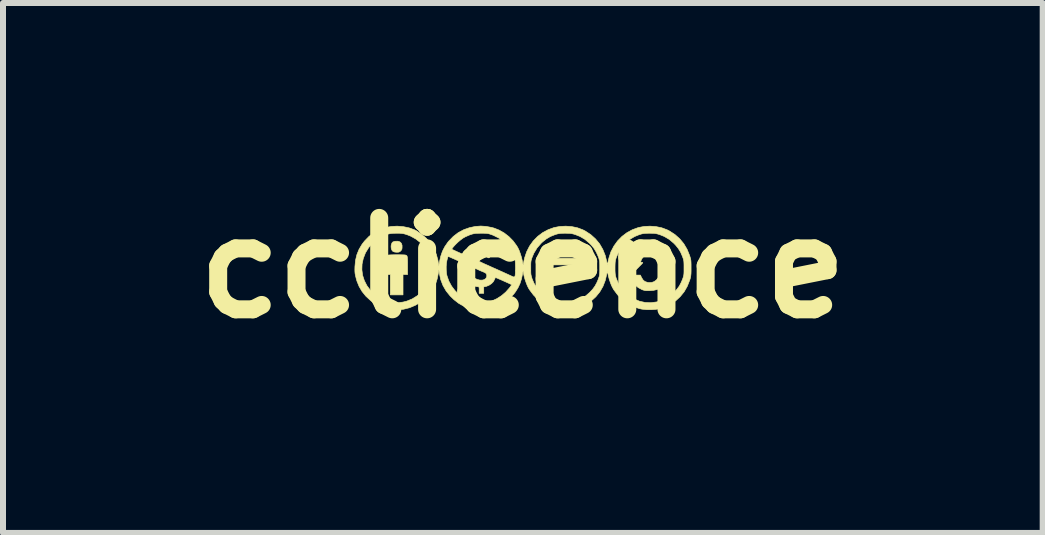
<source format=kicad_pcb>
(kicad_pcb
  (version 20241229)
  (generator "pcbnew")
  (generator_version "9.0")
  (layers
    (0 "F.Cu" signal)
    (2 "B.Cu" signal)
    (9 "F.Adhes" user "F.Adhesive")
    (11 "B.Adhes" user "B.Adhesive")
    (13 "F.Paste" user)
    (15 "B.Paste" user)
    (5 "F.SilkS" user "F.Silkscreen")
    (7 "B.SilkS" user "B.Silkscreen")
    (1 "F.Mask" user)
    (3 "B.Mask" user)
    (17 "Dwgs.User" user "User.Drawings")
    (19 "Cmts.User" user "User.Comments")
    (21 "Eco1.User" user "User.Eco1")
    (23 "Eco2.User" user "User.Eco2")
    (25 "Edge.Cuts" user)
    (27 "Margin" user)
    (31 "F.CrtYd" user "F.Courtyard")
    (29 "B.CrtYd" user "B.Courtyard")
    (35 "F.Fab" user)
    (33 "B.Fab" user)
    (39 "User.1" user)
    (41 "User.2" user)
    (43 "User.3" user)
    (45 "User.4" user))
  (footprint "cclicence"
    (layer "F.Cu")
    (at 5.668 1.418)
    (property "Reference" "cclicence" (at 0 0 0) (layer "F.SilkS") (effects (font (size 1.524 1.524) (thickness 0.3))))
    (attr through_hole)
    (fp_poly (pts (xy 0.965 -0.051) (xy 0.466 -0.051) (xy 0.466 -0.161) (xy 0.965 -0.161) (xy 0.965 -0.051)) (stroke (width 0.01) (type solid)) (fill yes) (layer "F.SilkS"))
    (fp_poly (pts (xy 0.715 0.066) (xy 0.965 0.068) (xy 0.965 0.178) (xy 0.466 0.178) (xy 0.466 0.121) (xy 0.466 0.064) (xy 0.715 0.066)) (stroke (width 0.01) (type solid)) (fill yes) (layer "F.SilkS"))
    (fp_poly (pts (xy -2.05 -0.435) (xy -2.026 -0.412) (xy -2.014 -0.378) (xy -2.014 -0.368) (xy -2.014 -0.335) (xy -2.017 -0.313) (xy -2.026 -0.297) (xy -2.036 -0.285) (xy -2.052 -0.271) (xy -2.07 -0.264) (xy -2.097 -0.262) (xy -2.102 -0.262) (xy -2.135 -0.265) (xy -2.16 -0.273) (xy -2.165 -0.275) (xy -2.184 -0.297) (xy -2.195 -0.33) (xy -2.197 -0.366) (xy -2.193 -0.388) (xy -2.183 -0.416) (xy -2.168 -0.433) (xy -2.144 -0.442) (xy -2.128 -0.445) (xy -2.084 -0.446) (xy -2.05 -0.435)) (stroke (width 0.01) (type solid)) (fill yes) (layer "F.SilkS"))
    (fp_poly (pts (xy -2.047 -0.22) (xy -2.006 -0.219) (xy -1.978 -0.218) (xy -1.959 -0.216) (xy -1.947 -0.212) (xy -1.939 -0.208) (xy -1.936 -0.205) (xy -1.931 -0.197) (xy -1.927 -0.184) (xy -1.925 -0.165) (xy -1.923 -0.137) (xy -1.922 -0.096) (xy -1.922 -0.042) (xy -1.922 0.11) (xy -1.998 0.11) (xy -1.998 0.449) (xy -2.21 0.449) (xy -2.21 0.11) (xy -2.286 0.11) (xy -2.286 -0.046) (xy -2.286 -0.102) (xy -2.285 -0.142) (xy -2.284 -0.171) (xy -2.282 -0.19) (xy -2.279 -0.201) (xy -2.275 -0.208) (xy -2.27 -0.211) (xy -2.255 -0.214) (xy -2.227 -0.217) (xy -2.186 -0.219) (xy -2.137 -0.22) (xy -2.102 -0.22) (xy -2.047 -0.22)) (stroke (width 0.01) (type solid)) (fill yes) (layer "F.SilkS"))
    (fp_poly (pts (xy 2.152 -0.36) (xy 2.212 -0.351) (xy 2.249 -0.34) (xy 2.31 -0.308) (xy 2.361 -0.265) (xy 2.402 -0.212) (xy 2.433 -0.151) (xy 2.454 -0.085) (xy 2.463 -0.016) (xy 2.462 0.055) (xy 2.449 0.124) (xy 2.424 0.189) (xy 2.387 0.249) (xy 2.338 0.301) (xy 2.289 0.337) (xy 2.237 0.36) (xy 2.176 0.374) (xy 2.121 0.378) (xy 2.079 0.379) (xy 2.05 0.378) (xy 2.026 0.374) (xy 2.003 0.367) (xy 1.987 0.361) (xy 1.926 0.329) (xy 1.878 0.29) (xy 1.843 0.243) (xy 1.82 0.192) (xy 1.809 0.159) (xy 1.804 0.138) (xy 1.809 0.126) (xy 1.824 0.12) (xy 1.853 0.119) (xy 1.882 0.119) (xy 1.96 0.119) (xy 1.981 0.163) (xy 2.005 0.2) (xy 2.034 0.225) (xy 2.074 0.239) (xy 2.098 0.243) (xy 2.148 0.242) (xy 2.191 0.227) (xy 2.23 0.197) (xy 2.258 0.159) (xy 2.278 0.112) (xy 2.29 0.058) (xy 2.293 0.002) (xy 2.29 -0.055) (xy 2.278 -0.107) (xy 2.259 -0.154) (xy 2.233 -0.19) (xy 2.21 -0.207) (xy 2.177 -0.219) (xy 2.135 -0.224) (xy 2.091 -0.223) (xy 2.053 -0.214) (xy 2.04 -0.209) (xy 2.011 -0.187) (xy 1.985 -0.154) (xy 1.969 -0.118) (xy 1.968 -0.115) (xy 1.966 -0.099) (xy 1.974 -0.094) (xy 1.986 -0.093) (xy 1.996 -0.092) (xy 2 -0.089) (xy 1.996 -0.081) (xy 1.983 -0.066) (xy 1.959 -0.042) (xy 1.947 -0.03) (xy 1.884 0.034) (xy 1.822 -0.028) (xy 1.795 -0.055) (xy 1.778 -0.073) (xy 1.771 -0.084) (xy 1.772 -0.089) (xy 1.78 -0.091) (xy 1.78 -0.091) (xy 1.791 -0.095) (xy 1.8 -0.105) (xy 1.809 -0.125) (xy 1.819 -0.156) (xy 1.844 -0.217) (xy 1.883 -0.27) (xy 1.931 -0.313) (xy 1.979 -0.34) (xy 2.03 -0.354) (xy 2.089 -0.361) (xy 2.152 -0.36)) (stroke (width 0.01) (type solid)) (fill yes) (layer "F.SilkS"))
    (fp_poly (pts (xy -0.612 -0.693) (xy -0.518 -0.675) (xy -0.484 -0.666) (xy -0.397 -0.632) (xy -0.312 -0.584) (xy -0.233 -0.523) (xy -0.163 -0.452) (xy -0.104 -0.372) (xy -0.083 -0.337) (xy -0.062 -0.293) (xy -0.042 -0.238) (xy -0.023 -0.178) (xy -0.009 -0.119) (xy -0.004 -0.095) (xy 0.001 -0.068) (xy 0.005 -0.053) (xy 0.007 -0.052) (xy 0.008 -0.056) (xy 0.01 -0.075) (xy 0.016 -0.106) (xy 0.024 -0.143) (xy 0.03 -0.17) (xy 0.064 -0.271) (xy 0.112 -0.365) (xy 0.173 -0.45) (xy 0.246 -0.525) (xy 0.329 -0.588) (xy 0.422 -0.638) (xy 0.521 -0.674) (xy 0.616 -0.692) (xy 0.715 -0.697) (xy 0.814 -0.69) (xy 0.91 -0.67) (xy 0.999 -0.637) (xy 1.037 -0.618) (xy 1.131 -0.557) (xy 1.211 -0.485) (xy 1.279 -0.403) (xy 1.333 -0.31) (xy 1.374 -0.208) (xy 1.401 -0.096) (xy 1.401 -0.096) (xy 1.406 -0.069) (xy 1.41 -0.054) (xy 1.412 -0.052) (xy 1.413 -0.056) (xy 1.415 -0.075) (xy 1.421 -0.106) (xy 1.429 -0.143) (xy 1.436 -0.17) (xy 1.469 -0.271) (xy 1.518 -0.365) (xy 1.579 -0.45) (xy 1.652 -0.525) (xy 1.735 -0.588) (xy 1.827 -0.638) (xy 1.926 -0.674) (xy 2.021 -0.692) (xy 2.12 -0.697) (xy 2.219 -0.69) (xy 2.315 -0.67) (xy 2.404 -0.637) (xy 2.442 -0.618) (xy 2.535 -0.558) (xy 2.615 -0.487) (xy 2.683 -0.405) (xy 2.738 -0.312) (xy 2.781 -0.207) (xy 2.782 -0.203) (xy 2.791 -0.174) (xy 2.798 -0.149) (xy 2.802 -0.124) (xy 2.804 -0.095) (xy 2.805 -0.057) (xy 2.805 -0.007) (xy 2.805 0) (xy 2.805 0.052) (xy 2.804 0.092) (xy 2.801 0.123) (xy 2.797 0.15) (xy 2.791 0.176) (xy 2.783 0.201) (xy 2.742 0.305) (xy 2.689 0.398) (xy 2.622 0.48) (xy 2.555 0.542) (xy 2.5 0.58) (xy 2.435 0.617) (xy 2.365 0.649) (xy 2.298 0.674) (xy 2.282 0.678) (xy 2.214 0.691) (xy 2.138 0.696) (xy 2.06 0.695) (xy 1.986 0.687) (xy 1.943 0.678) (xy 1.841 0.643) (xy 1.746 0.592) (xy 1.659 0.528) (xy 1.582 0.451) (xy 1.516 0.363) (xy 1.498 0.332) (xy 1.478 0.292) (xy 1.459 0.243) (xy 1.441 0.19) (xy 1.427 0.137) (xy 1.417 0.09) (xy 1.413 0.059) (xy 1.412 0.05) (xy 1.409 0.056) (xy 1.404 0.079) (xy 1.401 0.093) (xy 1.375 0.206) (xy 1.336 0.307) (xy 1.283 0.399) (xy 1.217 0.48) (xy 1.149 0.542) (xy 1.094 0.58) (xy 1.029 0.617) (xy 0.96 0.649) (xy 0.893 0.674) (xy 0.876 0.678) (xy 0.809 0.691) (xy 0.733 0.696) (xy 0.654 0.695) (xy 0.58 0.687) (xy 0.538 0.678) (xy 0.436 0.643) (xy 0.341 0.592) (xy 0.254 0.528) (xy 0.177 0.451) (xy 0.111 0.363) (xy 0.092 0.332) (xy 0.073 0.292) (xy 0.054 0.243) (xy 0.036 0.19) (xy 0.021 0.137) (xy 0.011 0.09) (xy 0.008 0.059) (xy 0.006 0.05) (xy 0.003 0.056) (xy -0.002 0.079) (xy -0.004 0.093) (xy -0.023 0.183) (xy -0.048 0.261) (xy -0.081 0.331) (xy -0.123 0.398) (xy -0.15 0.434) (xy -0.222 0.511) (xy -0.303 0.575) (xy -0.392 0.626) (xy -0.487 0.664) (xy -0.587 0.688) (xy -0.688 0.697) (xy -0.79 0.692) (xy -0.891 0.672) (xy -0.988 0.635) (xy -0.99 0.635) (xy -1.071 0.589) (xy -1.149 0.528) (xy -1.211 0.468) (xy -1.279 0.384) (xy -1.332 0.292) (xy -1.37 0.193) (xy -1.393 0.085) (xy -1.394 0.076) (xy -1.4 0.03) (xy -1.41 0.093) (xy -1.429 0.185) (xy -1.455 0.266) (xy -1.491 0.34) (xy -1.537 0.411) (xy -1.556 0.434) (xy -1.625 0.508) (xy -1.705 0.572) (xy -1.794 0.623) (xy -1.889 0.663) (xy -1.988 0.688) (xy -2.089 0.699) (xy -2.188 0.695) (xy -2.192 0.694) (xy -2.295 0.672) (xy -2.393 0.635) (xy -2.483 0.585) (xy -2.539 0.543) (xy -2.618 0.47) (xy -2.681 0.392) (xy -2.73 0.309) (xy -2.767 0.218) (xy -2.779 0.175) (xy -2.79 0.131) (xy -2.797 0.097) (xy -2.8 0.065) (xy -2.801 0.03) (xy -2.801 0.03) (xy -2.684 0.03) (xy -2.672 0.122) (xy -2.643 0.211) (xy -2.6 0.295) (xy -2.541 0.374) (xy -2.525 0.39) (xy -2.449 0.46) (xy -2.366 0.514) (xy -2.279 0.552) (xy -2.188 0.574) (xy -2.095 0.58) (xy -1.999 0.569) (xy -1.935 0.553) (xy -1.844 0.516) (xy -1.761 0.464) (xy -1.697 0.409) (xy -1.647 0.355) (xy -1.609 0.303) (xy -1.578 0.246) (xy -1.556 0.195) (xy -1.545 0.164) (xy -1.537 0.139) (xy -1.533 0.115) (xy -1.53 0.087) (xy -1.529 0.051) (xy -1.529 0.008) (xy -1.529 -0.021) (xy -1.278 -0.021) (xy -1.277 0.04) (xy -1.272 0.097) (xy -1.265 0.13) (xy -1.234 0.219) (xy -1.189 0.302) (xy -1.132 0.377) (xy -1.065 0.443) (xy -0.989 0.498) (xy -0.906 0.538) (xy -0.888 0.544) (xy -0.853 0.556) (xy -0.826 0.565) (xy -0.803 0.57) (xy -0.779 0.573) (xy -0.75 0.573) (xy -0.712 0.573) (xy -0.682 0.572) (xy -0.632 0.57) (xy -0.595 0.568) (xy -0.565 0.563) (xy -0.538 0.556) (xy -0.509 0.547) (xy -0.431 0.511) (xy -0.355 0.462) (xy -0.286 0.403) (xy -0.227 0.337) (xy -0.21 0.315) (xy -0.185 0.279) (xy -0.247 0.25) (xy -0.303 0.225) (xy -0.354 0.202) (xy -0.396 0.184) (xy -0.428 0.17) (xy -0.449 0.162) (xy -0.455 0.161) (xy -0.462 0.168) (xy -0.47 0.186) (xy -0.473 0.193) (xy -0.491 0.228) (xy -0.522 0.26) (xy -0.562 0.287) (xy -0.607 0.306) (xy -0.624 0.31) (xy -0.652 0.315) (xy -0.652 0.423) (xy -0.728 0.423) (xy -0.728 0.368) (xy -0.728 0.339) (xy -0.731 0.322) (xy -0.736 0.315) (xy -0.746 0.313) (xy -0.75 0.313) (xy -0.776 0.309) (xy -0.812 0.299) (xy -0.85 0.285) (xy -0.886 0.269) (xy -0.909 0.256) (xy -0.941 0.234) (xy -0.85 0.143) (xy -0.806 0.17) (xy -0.762 0.191) (xy -0.719 0.202) (xy -0.679 0.203) (xy -0.645 0.195) (xy -0.619 0.177) (xy -0.604 0.152) (xy -0.601 0.132) (xy -0.604 0.108) (xy -0.615 0.09) (xy -0.638 0.075) (xy -0.671 0.061) (xy -0.701 0.049) (xy -0.729 0.037) (xy -0.741 0.031) (xy -0.76 0.022) (xy -0.79 0.009) (xy -0.824 -0.006) (xy -0.834 -0.011) (xy -0.886 -0.034) (xy -0.942 -0.059) (xy -1 -0.085) (xy -1.055 -0.109) (xy -1.106 -0.132) (xy -1.15 -0.152) (xy -1.185 -0.167) (xy -1.207 -0.177) (xy -1.208 -0.178) (xy -1.23 -0.186) (xy -1.245 -0.189) (xy -1.248 -0.188) (xy -1.252 -0.177) (xy -1.258 -0.155) (xy -1.265 -0.13) (xy -1.274 -0.08) (xy -1.278 -0.021) (xy -1.529 -0.021) (xy -1.529 -0.04) (xy -1.53 -0.077) (xy -1.533 -0.106) (xy -1.539 -0.133) (xy -1.547 -0.162) (xy -1.553 -0.18) (xy -1.591 -0.27) (xy -1.643 -0.351) (xy -1.707 -0.422) (xy -1.783 -0.482) (xy -1.869 -0.53) (xy -1.924 -0.552) (xy -1.961 -0.564) (xy -1.992 -0.572) (xy -2.023 -0.576) (xy -2.058 -0.579) (xy -2.1 -0.579) (xy -2.158 -0.578) (xy -2.204 -0.574) (xy -2.242 -0.566) (xy -2.248 -0.564) (xy -2.344 -0.527) (xy -2.431 -0.477) (xy -2.507 -0.414) (xy -2.571 -0.339) (xy -2.623 -0.254) (xy -2.625 -0.25) (xy -2.661 -0.157) (xy -2.681 -0.064) (xy -2.684 0.03) (xy -2.801 0.03) (xy -2.8 -0.015) (xy -2.8 -0.021) (xy -2.79 -0.127) (xy -2.767 -0.223) (xy -2.731 -0.311) (xy -2.681 -0.395) (xy -2.641 -0.447) (xy -2.566 -0.525) (xy -2.482 -0.589) (xy -2.388 -0.639) (xy -2.29 -0.674) (xy -2.195 -0.692) (xy -2.095 -0.697) (xy -1.994 -0.689) (xy -1.897 -0.669) (xy -1.807 -0.636) (xy -1.775 -0.62) (xy -1.687 -0.563) (xy -1.608 -0.493) (xy -1.54 -0.413) (xy -1.485 -0.324) (xy -1.443 -0.228) (xy -1.416 -0.128) (xy -1.409 -0.085) (xy -1.403 -0.03) (xy -1.391 -0.097) (xy -1.37 -0.193) (xy -1.341 -0.277) (xy -1.323 -0.313) (xy -1.187 -0.313) (xy -1.112 -0.278) (xy -1.07 -0.259) (xy -1.024 -0.239) (xy -0.983 -0.221) (xy -0.974 -0.217) (xy -0.91 -0.19) (xy -0.894 -0.222) (xy -0.868 -0.258) (xy -0.828 -0.286) (xy -0.777 -0.306) (xy -0.772 -0.307) (xy -0.728 -0.317) (xy -0.728 -0.423) (xy -0.652 -0.423) (xy -0.652 -0.315) (xy -0.619 -0.311) (xy -0.598 -0.306) (xy -0.57 -0.297) (xy -0.54 -0.286) (xy -0.513 -0.274) (xy -0.492 -0.263) (xy -0.483 -0.255) (xy -0.483 -0.255) (xy -0.488 -0.246) (xy -0.503 -0.23) (xy -0.524 -0.209) (xy -0.524 -0.208) (xy -0.566 -0.167) (xy -0.603 -0.185) (xy -0.638 -0.197) (xy -0.676 -0.203) (xy -0.713 -0.202) (xy -0.743 -0.195) (xy -0.751 -0.191) (xy -0.768 -0.171) (xy -0.774 -0.149) (xy -0.767 -0.133) (xy -0.757 -0.125) (xy -0.733 -0.113) (xy -0.7 -0.096) (xy -0.66 -0.077) (xy -0.631 -0.064) (xy -0.574 -0.039) (xy -0.511 -0.01) (xy -0.447 0.018) (xy -0.39 0.044) (xy -0.381 0.048) (xy -0.334 0.069) (xy -0.288 0.09) (xy -0.248 0.108) (xy -0.216 0.123) (xy -0.207 0.127) (xy -0.175 0.142) (xy -0.153 0.15) (xy -0.141 0.149) (xy -0.133 0.141) (xy -0.129 0.129) (xy -0.127 0.112) (xy -0.125 0.082) (xy -0.124 0.043) (xy -0.123 0) (xy 0.132 0) (xy 0.132 0.049) (xy 0.133 0.085) (xy 0.136 0.114) (xy 0.142 0.139) (xy 0.15 0.166) (xy 0.154 0.18) (xy 0.185 0.253) (xy 0.226 0.32) (xy 0.28 0.385) (xy 0.295 0.401) (xy 0.371 0.467) (xy 0.453 0.519) (xy 0.541 0.555) (xy 0.633 0.575) (xy 0.727 0.579) (xy 0.823 0.567) (xy 0.876 0.553) (xy 0.967 0.516) (xy 1.05 0.464) (xy 1.114 0.409) (xy 1.164 0.355) (xy 1.202 0.303) (xy 1.233 0.246) (xy 1.255 0.195) (xy 1.265 0.165) (xy 1.273 0.142) (xy 1.278 0.119) (xy 1.28 0.092) (xy 1.282 0.059) (xy 1.282 0.013) (xy 1.282 0) (xy 1.537 0) (xy 1.537 0.049) (xy 1.539 0.085) (xy 1.542 0.114) (xy 1.547 0.139) (xy 1.555 0.166) (xy 1.56 0.18) (xy 1.591 0.253) (xy 1.632 0.32) (xy 1.685 0.385) (xy 1.701 0.401) (xy 1.776 0.467) (xy 1.859 0.519) (xy 1.947 0.555) (xy 2.038 0.575) (xy 2.132 0.579) (xy 2.228 0.567) (xy 2.282 0.553) (xy 2.372 0.516) (xy 2.455 0.464) (xy 2.519 0.409) (xy 2.569 0.355) (xy 2.608 0.303) (xy 2.638 0.246) (xy 2.66 0.195) (xy 2.671 0.165) (xy 2.678 0.142) (xy 2.683 0.119) (xy 2.686 0.092) (xy 2.687 0.059) (xy 2.687 0.013) (xy 2.687 0) (xy 2.687 -0.049) (xy 2.686 -0.085) (xy 2.684 -0.113) (xy 2.68 -0.136) (xy 2.673 -0.159) (xy 2.663 -0.187) (xy 2.66 -0.195) (xy 2.63 -0.264) (xy 2.593 -0.324) (xy 2.547 -0.381) (xy 2.515 -0.414) (xy 2.44 -0.477) (xy 2.359 -0.525) (xy 2.282 -0.556) (xy 2.248 -0.566) (xy 2.218 -0.573) (xy 2.187 -0.577) (xy 2.147 -0.578) (xy 2.112 -0.579) (xy 2.066 -0.578) (xy 2.03 -0.576) (xy 2.001 -0.572) (xy 1.972 -0.565) (xy 1.94 -0.555) (xy 1.864 -0.524) (xy 1.796 -0.484) (xy 1.733 -0.433) (xy 1.709 -0.411) (xy 1.643 -0.334) (xy 1.59 -0.247) (xy 1.559 -0.176) (xy 1.55 -0.149) (xy 1.544 -0.124) (xy 1.54 -0.098) (xy 1.538 -0.066) (xy 1.537 -0.024) (xy 1.537 0) (xy 1.282 0) (xy 1.282 -0.049) (xy 1.281 -0.085) (xy 1.279 -0.113) (xy 1.274 -0.136) (xy 1.268 -0.159) (xy 1.258 -0.187) (xy 1.255 -0.195) (xy 1.224 -0.264) (xy 1.188 -0.324) (xy 1.142 -0.381) (xy 1.109 -0.414) (xy 1.035 -0.477) (xy 0.954 -0.525) (xy 0.876 -0.556) (xy 0.843 -0.566) (xy 0.813 -0.573) (xy 0.781 -0.577) (xy 0.742 -0.578) (xy 0.707 -0.579) (xy 0.66 -0.578) (xy 0.625 -0.576) (xy 0.596 -0.572) (xy 0.567 -0.565) (xy 0.535 -0.555) (xy 0.458 -0.524) (xy 0.391 -0.484) (xy 0.327 -0.433) (xy 0.304 -0.411) (xy 0.237 -0.334) (xy 0.184 -0.247) (xy 0.154 -0.176) (xy 0.145 -0.149) (xy 0.138 -0.124) (xy 0.134 -0.098) (xy 0.132 -0.066) (xy 0.132 -0.024) (xy 0.132 0) (xy -0.123 0) (xy -0.123 -0.001) (xy -0.123 -0.008) (xy -0.124 -0.056) (xy -0.125 -0.091) (xy -0.128 -0.119) (xy -0.133 -0.143) (xy -0.142 -0.169) (xy -0.151 -0.195) (xy -0.194 -0.287) (xy -0.251 -0.369) (xy -0.32 -0.439) (xy -0.4 -0.498) (xy -0.491 -0.544) (xy -0.516 -0.553) (xy -0.547 -0.564) (xy -0.573 -0.572) (xy -0.599 -0.576) (xy -0.628 -0.578) (xy -0.667 -0.579) (xy -0.699 -0.579) (xy -0.746 -0.578) (xy -0.782 -0.577) (xy -0.81 -0.573) (xy -0.837 -0.567) (xy -0.866 -0.558) (xy -0.882 -0.553) (xy -0.922 -0.536) (xy -0.964 -0.517) (xy -0.999 -0.497) (xy -1.004 -0.493) (xy -1.043 -0.464) (xy -1.085 -0.428) (xy -1.124 -0.39) (xy -1.156 -0.355) (xy -1.168 -0.34) (xy -1.187 -0.313) (xy -1.323 -0.313) (xy -1.302 -0.354) (xy -1.252 -0.427) (xy -1.236 -0.447) (xy -1.16 -0.525) (xy -1.077 -0.589) (xy -0.985 -0.638) (xy -0.889 -0.672) (xy -0.793 -0.692) (xy -0.702 -0.699) (xy -0.612 -0.693)) (stroke (width 0.01) (type solid)) (fill yes) (layer "F.SilkS")))
  (gr_rect
    (start -3 -3)
    (end 14.336 5.836)
    (stroke (width 0.1) (type default))
    (fill no)
    (layer "Edge.Cuts")))
</source>
